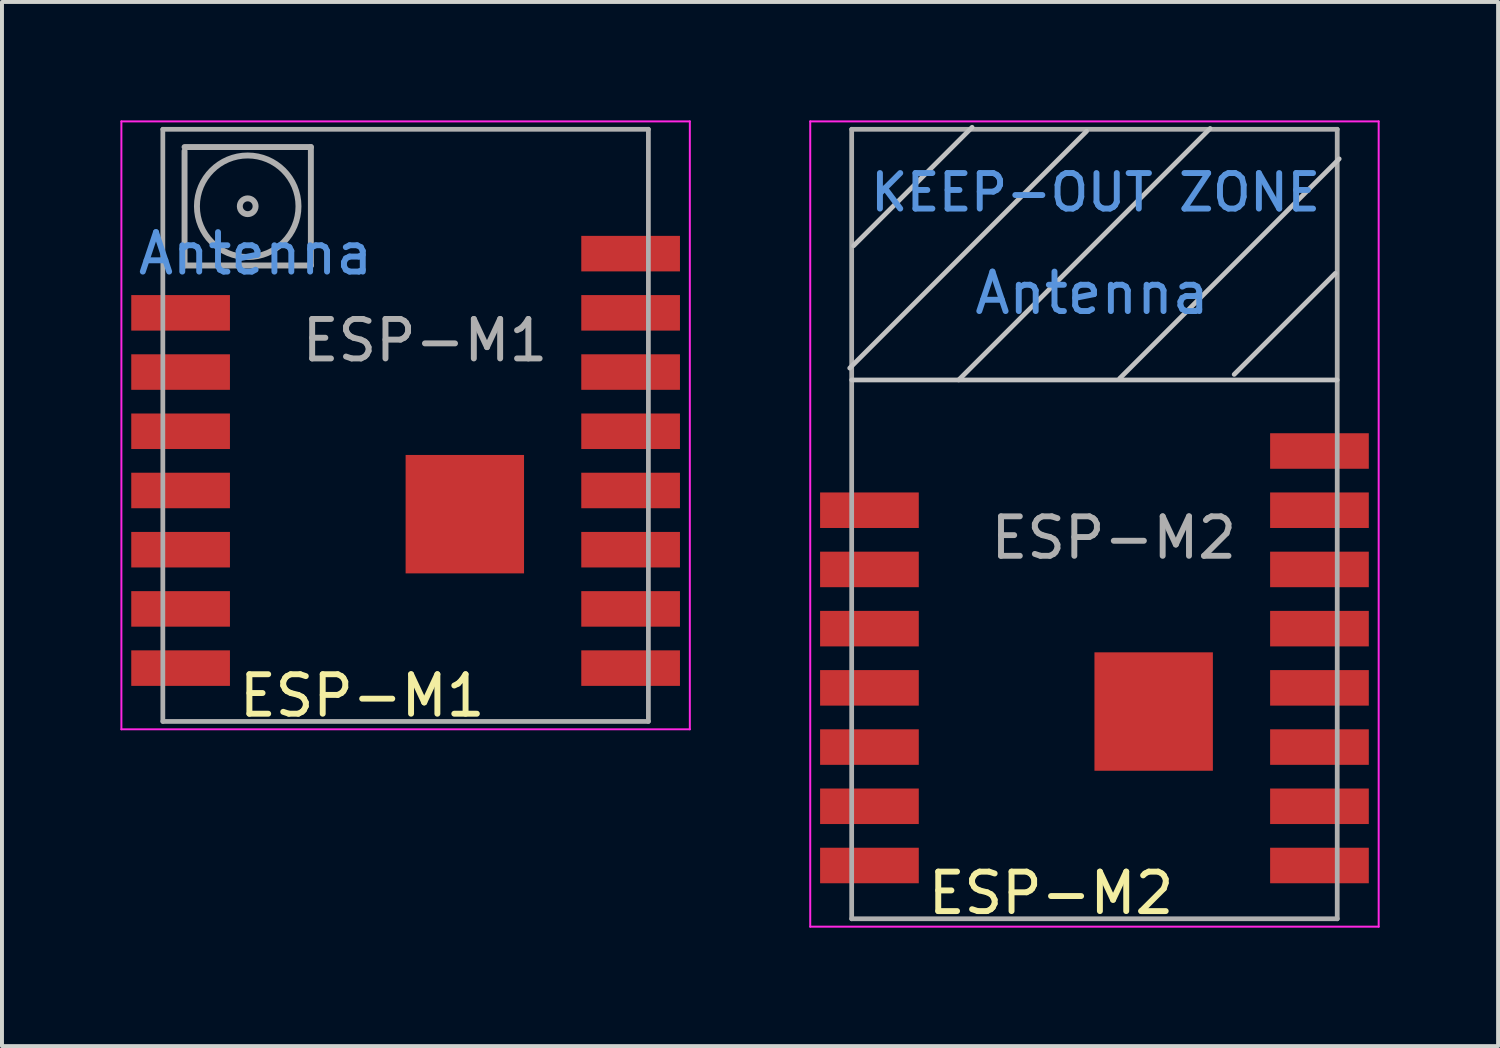
<source format=kicad_pcb>
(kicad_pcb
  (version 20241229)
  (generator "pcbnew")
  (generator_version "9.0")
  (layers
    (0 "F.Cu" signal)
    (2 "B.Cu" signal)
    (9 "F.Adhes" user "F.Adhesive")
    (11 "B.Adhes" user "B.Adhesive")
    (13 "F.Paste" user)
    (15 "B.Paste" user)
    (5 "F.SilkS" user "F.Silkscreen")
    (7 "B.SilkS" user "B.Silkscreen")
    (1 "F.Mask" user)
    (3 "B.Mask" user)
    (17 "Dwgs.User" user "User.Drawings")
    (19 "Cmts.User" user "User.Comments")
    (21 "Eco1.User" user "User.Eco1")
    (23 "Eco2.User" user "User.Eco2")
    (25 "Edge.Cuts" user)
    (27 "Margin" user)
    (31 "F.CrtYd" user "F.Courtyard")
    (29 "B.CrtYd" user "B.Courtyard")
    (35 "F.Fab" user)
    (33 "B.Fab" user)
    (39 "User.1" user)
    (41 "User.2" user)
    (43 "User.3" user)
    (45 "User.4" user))
  (footprint "ESP-M1"
    (layer "F.Cu")
    (at 7.225 6.375)
    (property "Reference" "ESP-M1" (at -1.1 8.2 0) (layer "F.SilkS") (effects (font (size 1 1) (thickness 0.15))))
    (attr smd)
    (fp_line (start -7.2 -6.35) (end -7.2 9.05) (stroke (width 0.05) (type solid)) (layer "F.CrtYd"))
    (fp_line (start -7.2 -6.35) (end 7.2 -6.35) (stroke (width 0.05) (type solid)) (layer "F.CrtYd"))
    (fp_line (start 7.2 -6.35) (end 7.2 9.05) (stroke (width 0.05) (type solid)) (layer "F.CrtYd"))
    (fp_line (start 7.2 9.05) (end -7.2 9.05) (stroke (width 0.05) (type solid)) (layer "F.CrtYd"))
    (fp_line (start -6.15 -6.15) (end 6.15 -6.15) (stroke (width 0.12) (type solid)) (layer "F.Fab"))
    (fp_line (start -6.15 8.85) (end -6.15 -6.15) (stroke (width 0.12) (type solid)) (layer "F.Fab"))
    (fp_line (start -5.6 -5.6) (end -5.6 -2.7) (stroke (width 0.15) (type solid)) (layer "F.Fab"))
    (fp_line (start -5.6 -2.7) (end -2.4 -2.7) (stroke (width 0.15) (type solid)) (layer "F.Fab"))
    (fp_line (start -2.4 -5.7) (end -5.6 -5.7) (stroke (width 0.15) (type solid)) (layer "F.Fab"))
    (fp_line (start -2.4 -2.7) (end -2.4 -5.7) (stroke (width 0.15) (type solid)) (layer "F.Fab"))
    (fp_line (start 6.15 -6.15) (end 6.15 8.85) (stroke (width 0.12) (type solid)) (layer "F.Fab"))
    (fp_line (start 6.15 8.85) (end -6.15 8.85) (stroke (width 0.12) (type solid)) (layer "F.Fab"))
    (fp_circle (center -4 -4.2) (end -3.8 -4.2) (stroke (width 0.15) (type solid)) (fill no) (layer "F.Fab"))
    (fp_circle (center -4 -4.2) (end -2.921 -3.5) (stroke (width 0.15) (type solid)) (fill no) (layer "F.Fab"))
    (fp_text user "Antenna" (at -3.8 -3 180) (layer "Cmts.User") (effects (font (size 1 1) (thickness 0.15))))
    (fp_text user "${REFERENCE}" (at 0.49 -0.8 0) (layer "F.Fab") (effects (font (size 1 1) (thickness 0.15))))
    (pad "1" smd rect (at -5.7 -1.5) (size 2.5 0.9) (layers "F.Cu" "F.Mask" "F.Paste"))
    (pad "2" smd rect (at -5.7 0) (size 2.5 0.9) (layers "F.Cu" "F.Mask" "F.Paste"))
    (pad "3" smd rect (at -5.7 1.5) (size 2.5 0.9) (layers "F.Cu" "F.Mask" "F.Paste"))
    (pad "4" smd rect (at -5.7 3) (size 2.5 0.9) (layers "F.Cu" "F.Mask" "F.Paste"))
    (pad "5" smd rect (at -5.7 4.5) (size 2.5 0.9) (layers "F.Cu" "F.Mask" "F.Paste"))
    (pad "6" smd rect (at -5.7 6) (size 2.5 0.9) (layers "F.Cu" "F.Mask" "F.Paste"))
    (pad "7" smd rect (at -5.7 7.5) (size 2.5 0.9) (layers "F.Cu" "F.Mask" "F.Paste"))
    (pad "8" smd rect (at 1.5 3.6) (size 3 3) (layers "F.Cu" "F.Mask" "F.Paste"))
    (pad "8" smd rect (at 5.7 7.5) (size 2.5 0.9) (layers "F.Cu" "F.Mask" "F.Paste"))
    (pad "9" smd rect (at 5.7 6) (size 2.5 0.9) (layers "F.Cu" "F.Mask" "F.Paste"))
    (pad "10" smd rect (at 5.7 4.5) (size 2.5 0.9) (layers "F.Cu" "F.Mask" "F.Paste"))
    (pad "11" smd rect (at 5.7 3) (size 2.5 0.9) (layers "F.Cu" "F.Mask" "F.Paste"))
    (pad "12" smd rect (at 5.7 1.5) (size 2.5 0.9) (layers "F.Cu" "F.Mask" "F.Paste"))
    (pad "13" smd rect (at 5.7 0) (size 2.5 0.9) (layers "F.Cu" "F.Mask" "F.Paste"))
    (pad "14" smd rect (at 5.7 -1.5) (size 2.5 0.9) (layers "F.Cu" "F.Mask" "F.Paste"))
    (pad "15" smd rect (at 5.7 -3) (size 2.5 0.9) (layers "F.Cu" "F.Mask" "F.Paste")))
  (footprint "ESP-M2"
    (layer "F.Cu")
    (at 24.675 11.375)
    (property "Reference" "ESP-M2" (at -1.1 8.2 0) (layer "F.SilkS") (effects (font (size 1 1) (thickness 0.15))))
    (attr smd)
    (fp_line (start -6.2 -5.1) (end -0.2 -11.1) (stroke (width 0.12) (type solid)) (layer "Dwgs.User"))
    (fp_line (start -6.1 -8.2) (end -3.1 -11.2) (stroke (width 0.12) (type solid)) (layer "Dwgs.User"))
    (fp_line (start -3.44 -4.8) (end 2.93 -11.17) (stroke (width 0.12) (type solid)) (layer "Dwgs.User"))
    (fp_line (start 0.64 -4.84) (end 6.2 -10.4) (stroke (width 0.12) (type solid)) (layer "Dwgs.User"))
    (fp_line (start 3.54 -4.94) (end 6.1 -7.5) (stroke (width 0.12) (type solid)) (layer "Dwgs.User"))
    (fp_line (start 6.15 -4.8) (end -6.15 -4.8) (stroke (width 0.12) (type solid)) (layer "Dwgs.User"))
    (fp_line (start -7.2 -11.35) (end -7.2 9.05) (stroke (width 0.05) (type solid)) (layer "F.CrtYd"))
    (fp_line (start -7.2 -11.35) (end 7.2 -11.35) (stroke (width 0.05) (type solid)) (layer "F.CrtYd"))
    (fp_line (start 7.2 -11.35) (end 7.2 9.05) (stroke (width 0.05) (type solid)) (layer "F.CrtYd"))
    (fp_line (start 7.2 9.05) (end -7.2 9.05) (stroke (width 0.05) (type solid)) (layer "F.CrtYd"))
    (fp_line (start -6.15 -11.15) (end 6.15 -11.15) (stroke (width 0.12) (type solid)) (layer "F.Fab"))
    (fp_line (start -6.15 8.85) (end -6.15 -11.15) (stroke (width 0.12) (type solid)) (layer "F.Fab"))
    (fp_line (start 6.15 -11.15) (end 6.15 8.85) (stroke (width 0.12) (type solid)) (layer "F.Fab"))
    (fp_line (start 6.15 8.85) (end -6.15 8.85) (stroke (width 0.12) (type solid)) (layer "F.Fab"))
    (fp_text user "KEEP-OUT ZONE" (at 0.03 -9.55 180) (layer "Cmts.User") (effects (font (size 0.9 0.9) (thickness 0.15))))
    (fp_text user "Antenna" (at -0.06 -7 180) (layer "Cmts.User") (effects (font (size 1 1) (thickness 0.15))))
    (fp_text user "${REFERENCE}" (at 0.49 -0.8 0) (layer "F.Fab") (effects (font (size 1 1) (thickness 0.15))))
    (pad "1" smd rect (at -5.7 -1.5) (size 2.5 0.9) (layers "F.Cu" "F.Mask" "F.Paste"))
    (pad "2" smd rect (at -5.7 0) (size 2.5 0.9) (layers "F.Cu" "F.Mask" "F.Paste"))
    (pad "3" smd rect (at -5.7 1.5) (size 2.5 0.9) (layers "F.Cu" "F.Mask" "F.Paste"))
    (pad "4" smd rect (at -5.7 3) (size 2.5 0.9) (layers "F.Cu" "F.Mask" "F.Paste"))
    (pad "5" smd rect (at -5.7 4.5) (size 2.5 0.9) (layers "F.Cu" "F.Mask" "F.Paste"))
    (pad "6" smd rect (at -5.7 6) (size 2.5 0.9) (layers "F.Cu" "F.Mask" "F.Paste"))
    (pad "7" smd rect (at -5.7 7.5) (size 2.5 0.9) (layers "F.Cu" "F.Mask" "F.Paste"))
    (pad "8" smd rect (at 1.5 3.6) (size 3 3) (layers "F.Cu" "F.Mask" "F.Paste"))
    (pad "8" smd rect (at 5.7 7.5) (size 2.5 0.9) (layers "F.Cu" "F.Mask" "F.Paste"))
    (pad "9" smd rect (at 5.7 6) (size 2.5 0.9) (layers "F.Cu" "F.Mask" "F.Paste"))
    (pad "10" smd rect (at 5.7 4.5) (size 2.5 0.9) (layers "F.Cu" "F.Mask" "F.Paste"))
    (pad "11" smd rect (at 5.7 3) (size 2.5 0.9) (layers "F.Cu" "F.Mask" "F.Paste"))
    (pad "12" smd rect (at 5.7 1.5) (size 2.5 0.9) (layers "F.Cu" "F.Mask" "F.Paste"))
    (pad "13" smd rect (at 5.7 0) (size 2.5 0.9) (layers "F.Cu" "F.Mask" "F.Paste"))
    (pad "14" smd rect (at 5.7 -1.5) (size 2.5 0.9) (layers "F.Cu" "F.Mask" "F.Paste"))
    (pad "15" smd rect (at 5.7 -3) (size 2.5 0.9) (layers "F.Cu" "F.Mask" "F.Paste")))
  (gr_rect
    (start -3 -3)
    (end 34.9 23.45)
    (stroke (width 0.1) (type default))
    (fill no)
    (layer "Edge.Cuts")))
</source>
